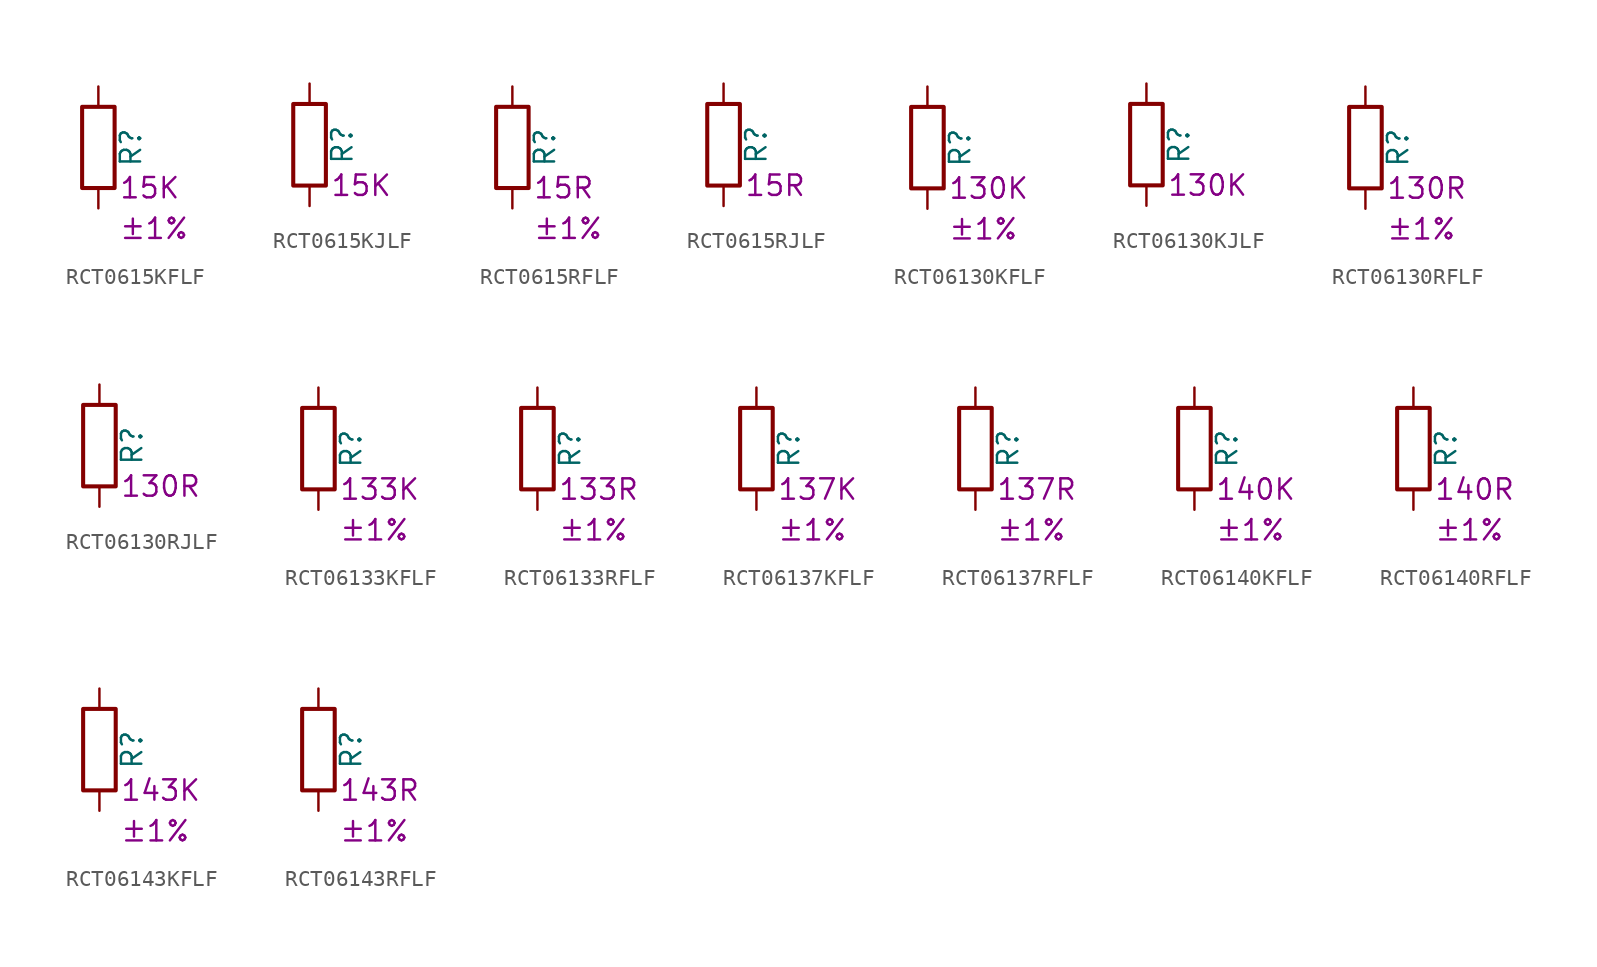
<source format=kicad_sym>
(kicad_symbol_lib
  (version 20220914)
  (generator kicad_symbol_editor)
  (symbol "RCT0615KFLF"
    (pin_numbers hide)
    (pin_names
      (offset 0))
    (property "Reference" "R"
      (at 2.032 0 90)
      (effects (font (size 1.27 1.27))))
    (property "Resistance" "15K"
      (at 1.27 -2.54 0)
      (effects (font (size 1.27 1.27)) (justify left)))
    (property "Tolerance" "±1%"
      (at 1.27 -5.08 0)
      (effects (font (size 1.27 1.27)) (justify left)))
    (symbol "RCT0615KFLF_0_1"
      (rectangle (start -1.016 -2.54) (end 1.016 2.54) (stroke (width 0.254) (type default)) (fill (type none))))
    (symbol "RCT0615KFLF_1_1"
      (pin passive line (at 0 3.81 270) (length 1.27) (name "~" (effects (font (size 1.27 1.27)))) (number "1" (effects (font (size 1.27 1.27)))))
      (pin passive line (at 0 -3.81 90) (length 1.27) (name "~" (effects (font (size 1.27 1.27)))) (number "2" (effects (font (size 1.27 1.27)))))))
  (symbol "RCT0615KJLF"
    (pin_numbers hide)
    (pin_names
      (offset 0))
    (property "Reference" "R"
      (at 2.032 0 90)
      (effects (font (size 1.27 1.27))))
    (property "Resistance" "15K"
      (at 1.27 -2.54 0)
      (effects (font (size 1.27 1.27)) (justify left)))
    (symbol "RCT0615KJLF_0_1"
      (rectangle (start -1.016 -2.54) (end 1.016 2.54) (stroke (width 0.254) (type default)) (fill (type none))))
    (symbol "RCT0615KJLF_1_1"
      (pin passive line (at 0 3.81 270) (length 1.27) (name "~" (effects (font (size 1.27 1.27)))) (number "1" (effects (font (size 1.27 1.27)))))
      (pin passive line (at 0 -3.81 90) (length 1.27) (name "~" (effects (font (size 1.27 1.27)))) (number "2" (effects (font (size 1.27 1.27)))))))
  (symbol "RCT0615RFLF"
    (pin_numbers hide)
    (pin_names
      (offset 0))
    (property "Reference" "R"
      (at 2.032 0 90)
      (effects (font (size 1.27 1.27))))
    (property "Resistance" "15R"
      (at 1.27 -2.54 0)
      (effects (font (size 1.27 1.27)) (justify left)))
    (property "Tolerance" "±1%"
      (at 1.27 -5.08 0)
      (effects (font (size 1.27 1.27)) (justify left)))
    (symbol "RCT0615RFLF_0_1"
      (rectangle (start -1.016 -2.54) (end 1.016 2.54) (stroke (width 0.254) (type default)) (fill (type none))))
    (symbol "RCT0615RFLF_1_1"
      (pin passive line (at 0 3.81 270) (length 1.27) (name "~" (effects (font (size 1.27 1.27)))) (number "1" (effects (font (size 1.27 1.27)))))
      (pin passive line (at 0 -3.81 90) (length 1.27) (name "~" (effects (font (size 1.27 1.27)))) (number "2" (effects (font (size 1.27 1.27)))))))
  (symbol "RCT0615RJLF"
    (pin_numbers hide)
    (pin_names
      (offset 0))
    (property "Reference" "R"
      (at 2.032 0 90)
      (effects (font (size 1.27 1.27))))
    (property "Resistance" "15R"
      (at 1.27 -2.54 0)
      (effects (font (size 1.27 1.27)) (justify left)))
    (symbol "RCT0615RJLF_0_1"
      (rectangle (start -1.016 -2.54) (end 1.016 2.54) (stroke (width 0.254) (type default)) (fill (type none))))
    (symbol "RCT0615RJLF_1_1"
      (pin passive line (at 0 3.81 270) (length 1.27) (name "~" (effects (font (size 1.27 1.27)))) (number "1" (effects (font (size 1.27 1.27)))))
      (pin passive line (at 0 -3.81 90) (length 1.27) (name "~" (effects (font (size 1.27 1.27)))) (number "2" (effects (font (size 1.27 1.27)))))))
  (symbol "RCT06130KFLF"
    (pin_numbers hide)
    (pin_names
      (offset 0))
    (property "Reference" "R"
      (at 2.032 0 90)
      (effects (font (size 1.27 1.27))))
    (property "Resistance" "130K"
      (at 1.27 -2.54 0)
      (effects (font (size 1.27 1.27)) (justify left)))
    (property "Tolerance" "±1%"
      (at 1.27 -5.08 0)
      (effects (font (size 1.27 1.27)) (justify left)))
    (symbol "RCT06130KFLF_0_1"
      (rectangle (start -1.016 -2.54) (end 1.016 2.54) (stroke (width 0.254) (type default)) (fill (type none))))
    (symbol "RCT06130KFLF_1_1"
      (pin passive line (at 0 3.81 270) (length 1.27) (name "~" (effects (font (size 1.27 1.27)))) (number "1" (effects (font (size 1.27 1.27)))))
      (pin passive line (at 0 -3.81 90) (length 1.27) (name "~" (effects (font (size 1.27 1.27)))) (number "2" (effects (font (size 1.27 1.27)))))))
  (symbol "RCT06130KJLF"
    (pin_numbers hide)
    (pin_names
      (offset 0))
    (property "Reference" "R"
      (at 2.032 0 90)
      (effects (font (size 1.27 1.27))))
    (property "Resistance" "130K"
      (at 1.27 -2.54 0)
      (effects (font (size 1.27 1.27)) (justify left)))
    (symbol "RCT06130KJLF_0_1"
      (rectangle (start -1.016 -2.54) (end 1.016 2.54) (stroke (width 0.254) (type default)) (fill (type none))))
    (symbol "RCT06130KJLF_1_1"
      (pin passive line (at 0 3.81 270) (length 1.27) (name "~" (effects (font (size 1.27 1.27)))) (number "1" (effects (font (size 1.27 1.27)))))
      (pin passive line (at 0 -3.81 90) (length 1.27) (name "~" (effects (font (size 1.27 1.27)))) (number "2" (effects (font (size 1.27 1.27)))))))
  (symbol "RCT06130RFLF"
    (pin_numbers hide)
    (pin_names
      (offset 0))
    (property "Reference" "R"
      (at 2.032 0 90)
      (effects (font (size 1.27 1.27))))
    (property "Resistance" "130R"
      (at 1.27 -2.54 0)
      (effects (font (size 1.27 1.27)) (justify left)))
    (property "Tolerance" "±1%"
      (at 1.27 -5.08 0)
      (effects (font (size 1.27 1.27)) (justify left)))
    (symbol "RCT06130RFLF_0_1"
      (rectangle (start -1.016 -2.54) (end 1.016 2.54) (stroke (width 0.254) (type default)) (fill (type none))))
    (symbol "RCT06130RFLF_1_1"
      (pin passive line (at 0 3.81 270) (length 1.27) (name "~" (effects (font (size 1.27 1.27)))) (number "1" (effects (font (size 1.27 1.27)))))
      (pin passive line (at 0 -3.81 90) (length 1.27) (name "~" (effects (font (size 1.27 1.27)))) (number "2" (effects (font (size 1.27 1.27)))))))
  (symbol "RCT06130RJLF"
    (pin_numbers hide)
    (pin_names
      (offset 0))
    (property "Reference" "R"
      (at 2.032 0 90)
      (effects (font (size 1.27 1.27))))
    (property "Resistance" "130R"
      (at 1.27 -2.54 0)
      (effects (font (size 1.27 1.27)) (justify left)))
    (symbol "RCT06130RJLF_0_1"
      (rectangle (start -1.016 -2.54) (end 1.016 2.54) (stroke (width 0.254) (type default)) (fill (type none))))
    (symbol "RCT06130RJLF_1_1"
      (pin passive line (at 0 3.81 270) (length 1.27) (name "~" (effects (font (size 1.27 1.27)))) (number "1" (effects (font (size 1.27 1.27)))))
      (pin passive line (at 0 -3.81 90) (length 1.27) (name "~" (effects (font (size 1.27 1.27)))) (number "2" (effects (font (size 1.27 1.27)))))))
  (symbol "RCT06133KFLF"
    (pin_numbers hide)
    (pin_names
      (offset 0))
    (property "Reference" "R"
      (at 2.032 0 90)
      (effects (font (size 1.27 1.27))))
    (property "Resistance" "133K"
      (at 1.27 -2.54 0)
      (effects (font (size 1.27 1.27)) (justify left)))
    (property "Tolerance" "±1%"
      (at 1.27 -5.08 0)
      (effects (font (size 1.27 1.27)) (justify left)))
    (symbol "RCT06133KFLF_0_1"
      (rectangle (start -1.016 -2.54) (end 1.016 2.54) (stroke (width 0.254) (type default)) (fill (type none))))
    (symbol "RCT06133KFLF_1_1"
      (pin passive line (at 0 3.81 270) (length 1.27) (name "~" (effects (font (size 1.27 1.27)))) (number "1" (effects (font (size 1.27 1.27)))))
      (pin passive line (at 0 -3.81 90) (length 1.27) (name "~" (effects (font (size 1.27 1.27)))) (number "2" (effects (font (size 1.27 1.27)))))))
  (symbol "RCT06133RFLF"
    (pin_numbers hide)
    (pin_names
      (offset 0))
    (property "Reference" "R"
      (at 2.032 0 90)
      (effects (font (size 1.27 1.27))))
    (property "Resistance" "133R"
      (at 1.27 -2.54 0)
      (effects (font (size 1.27 1.27)) (justify left)))
    (property "Tolerance" "±1%"
      (at 1.27 -5.08 0)
      (effects (font (size 1.27 1.27)) (justify left)))
    (symbol "RCT06133RFLF_0_1"
      (rectangle (start -1.016 -2.54) (end 1.016 2.54) (stroke (width 0.254) (type default)) (fill (type none))))
    (symbol "RCT06133RFLF_1_1"
      (pin passive line (at 0 3.81 270) (length 1.27) (name "~" (effects (font (size 1.27 1.27)))) (number "1" (effects (font (size 1.27 1.27)))))
      (pin passive line (at 0 -3.81 90) (length 1.27) (name "~" (effects (font (size 1.27 1.27)))) (number "2" (effects (font (size 1.27 1.27)))))))
  (symbol "RCT06137KFLF"
    (pin_numbers hide)
    (pin_names
      (offset 0))
    (property "Reference" "R"
      (at 2.032 0 90)
      (effects (font (size 1.27 1.27))))
    (property "Resistance" "137K"
      (at 1.27 -2.54 0)
      (effects (font (size 1.27 1.27)) (justify left)))
    (property "Tolerance" "±1%"
      (at 1.27 -5.08 0)
      (effects (font (size 1.27 1.27)) (justify left)))
    (symbol "RCT06137KFLF_0_1"
      (rectangle (start -1.016 -2.54) (end 1.016 2.54) (stroke (width 0.254) (type default)) (fill (type none))))
    (symbol "RCT06137KFLF_1_1"
      (pin passive line (at 0 3.81 270) (length 1.27) (name "~" (effects (font (size 1.27 1.27)))) (number "1" (effects (font (size 1.27 1.27)))))
      (pin passive line (at 0 -3.81 90) (length 1.27) (name "~" (effects (font (size 1.27 1.27)))) (number "2" (effects (font (size 1.27 1.27)))))))
  (symbol "RCT06137RFLF"
    (pin_numbers hide)
    (pin_names
      (offset 0))
    (property "Reference" "R"
      (at 2.032 0 90)
      (effects (font (size 1.27 1.27))))
    (property "Resistance" "137R"
      (at 1.27 -2.54 0)
      (effects (font (size 1.27 1.27)) (justify left)))
    (property "Tolerance" "±1%"
      (at 1.27 -5.08 0)
      (effects (font (size 1.27 1.27)) (justify left)))
    (symbol "RCT06137RFLF_0_1"
      (rectangle (start -1.016 -2.54) (end 1.016 2.54) (stroke (width 0.254) (type default)) (fill (type none))))
    (symbol "RCT06137RFLF_1_1"
      (pin passive line (at 0 3.81 270) (length 1.27) (name "~" (effects (font (size 1.27 1.27)))) (number "1" (effects (font (size 1.27 1.27)))))
      (pin passive line (at 0 -3.81 90) (length 1.27) (name "~" (effects (font (size 1.27 1.27)))) (number "2" (effects (font (size 1.27 1.27)))))))
  (symbol "RCT06140KFLF"
    (pin_numbers hide)
    (pin_names
      (offset 0))
    (property "Reference" "R"
      (at 2.032 0 90)
      (effects (font (size 1.27 1.27))))
    (property "Resistance" "140K"
      (at 1.27 -2.54 0)
      (effects (font (size 1.27 1.27)) (justify left)))
    (property "Tolerance" "±1%"
      (at 1.27 -5.08 0)
      (effects (font (size 1.27 1.27)) (justify left)))
    (symbol "RCT06140KFLF_0_1"
      (rectangle (start -1.016 -2.54) (end 1.016 2.54) (stroke (width 0.254) (type default)) (fill (type none))))
    (symbol "RCT06140KFLF_1_1"
      (pin passive line (at 0 3.81 270) (length 1.27) (name "~" (effects (font (size 1.27 1.27)))) (number "1" (effects (font (size 1.27 1.27)))))
      (pin passive line (at 0 -3.81 90) (length 1.27) (name "~" (effects (font (size 1.27 1.27)))) (number "2" (effects (font (size 1.27 1.27)))))))
  (symbol "RCT06140RFLF"
    (pin_numbers hide)
    (pin_names
      (offset 0))
    (property "Reference" "R"
      (at 2.032 0 90)
      (effects (font (size 1.27 1.27))))
    (property "Resistance" "140R"
      (at 1.27 -2.54 0)
      (effects (font (size 1.27 1.27)) (justify left)))
    (property "Tolerance" "±1%"
      (at 1.27 -5.08 0)
      (effects (font (size 1.27 1.27)) (justify left)))
    (symbol "RCT06140RFLF_0_1"
      (rectangle (start -1.016 -2.54) (end 1.016 2.54) (stroke (width 0.254) (type default)) (fill (type none))))
    (symbol "RCT06140RFLF_1_1"
      (pin passive line (at 0 3.81 270) (length 1.27) (name "~" (effects (font (size 1.27 1.27)))) (number "1" (effects (font (size 1.27 1.27)))))
      (pin passive line (at 0 -3.81 90) (length 1.27) (name "~" (effects (font (size 1.27 1.27)))) (number "2" (effects (font (size 1.27 1.27)))))))
  (symbol "RCT06143KFLF"
    (pin_numbers hide)
    (pin_names
      (offset 0))
    (property "Reference" "R"
      (at 2.032 0 90)
      (effects (font (size 1.27 1.27))))
    (property "Resistance" "143K"
      (at 1.27 -2.54 0)
      (effects (font (size 1.27 1.27)) (justify left)))
    (property "Tolerance" "±1%"
      (at 1.27 -5.08 0)
      (effects (font (size 1.27 1.27)) (justify left)))
    (symbol "RCT06143KFLF_0_1"
      (rectangle (start -1.016 -2.54) (end 1.016 2.54) (stroke (width 0.254) (type default)) (fill (type none))))
    (symbol "RCT06143KFLF_1_1"
      (pin passive line (at 0 3.81 270) (length 1.27) (name "~" (effects (font (size 1.27 1.27)))) (number "1" (effects (font (size 1.27 1.27)))))
      (pin passive line (at 0 -3.81 90) (length 1.27) (name "~" (effects (font (size 1.27 1.27)))) (number "2" (effects (font (size 1.27 1.27)))))))
  (symbol "RCT06143RFLF"
    (pin_numbers hide)
    (pin_names
      (offset 0))
    (property "Reference" "R"
      (at 2.032 0 90)
      (effects (font (size 1.27 1.27))))
    (property "Resistance" "143R"
      (at 1.27 -2.54 0)
      (effects (font (size 1.27 1.27)) (justify left)))
    (property "Tolerance" "±1%"
      (at 1.27 -5.08 0)
      (effects (font (size 1.27 1.27)) (justify left)))
    (symbol "RCT06143RFLF_0_1"
      (rectangle (start -1.016 -2.54) (end 1.016 2.54) (stroke (width 0.254) (type default)) (fill (type none))))
    (symbol "RCT06143RFLF_1_1"
      (pin passive line (at 0 3.81 270) (length 1.27) (name "~" (effects (font (size 1.27 1.27)))) (number "1" (effects (font (size 1.27 1.27)))))
      (pin passive line (at 0 -3.81 90) (length 1.27) (name "~" (effects (font (size 1.27 1.27)))) (number "2" (effects (font (size 1.27 1.27))))))))
</source>
